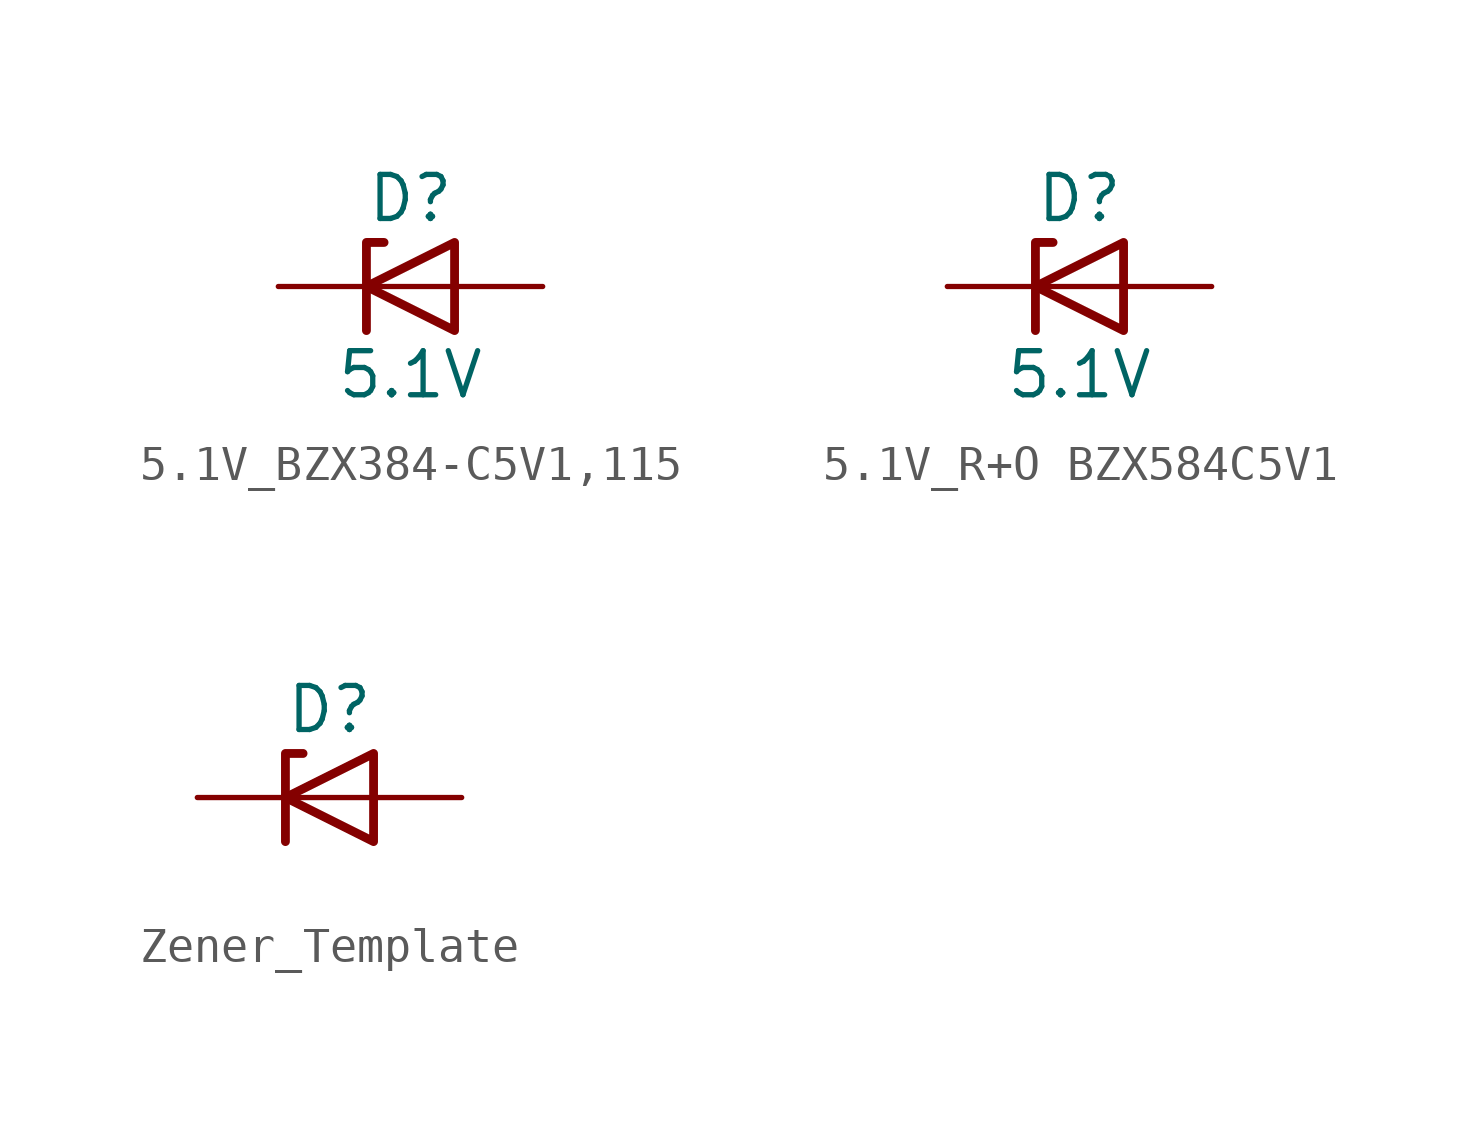
<source format=kicad_sym>
(kicad_symbol_lib
  (version 20241209)
  (generator "kicad_symbol_editor")
  (generator_version "9.0")
  (symbol "5.1V_BZX384-C5V1,115"
    (pin_numbers
      (hide yes))
    (pin_names
      (offset 1.016)
      (hide yes))
    (property "Reference" "D"
      (at 0 2.54 0)
      (effects (font (size 1.27 1.27))))
    (property "Value" "5.1V"
      (at 0 -2.54 0)
      (effects (font (size 1.27 1.27))))
    (symbol "5.1V_BZX384-C5V1,115_0_1"
      (polyline (pts (xy -1.27 -1.27) (xy -1.27 1.27) (xy -0.762 1.27)) (stroke (width 0.254) (type default)) (fill (type none)))
      (polyline (pts (xy 1.27 0) (xy -1.27 0)) (stroke (width 0) (type default)) (fill (type none)))
      (polyline (pts (xy 1.27 -1.27) (xy 1.27 1.27) (xy -1.27 0) (xy 1.27 -1.27)) (stroke (width 0.254) (type default)) (fill (type none))))
    (symbol "5.1V_BZX384-C5V1,115_1_1"
      (pin passive line (at -3.81 0 0) (length 2.54) (name "K" (effects (font (size 1.27 1.27)))) (number "1" (effects (font (size 1.27 1.27)))))
      (pin passive line (at 3.81 0 180) (length 2.54) (name "A" (effects (font (size 1.27 1.27)))) (number "2" (effects (font (size 1.27 1.27)))))))
  (symbol "5.1V_R+O BZX584C5V1"
    (pin_numbers
      (hide yes))
    (pin_names
      (offset 1.016)
      (hide yes))
    (property "Reference" "D"
      (at 0 2.54 0)
      (effects (font (size 1.27 1.27))))
    (property "Value" "5.1V"
      (at 0 -2.54 0)
      (effects (font (size 1.27 1.27))))
    (symbol "5.1V_R+O BZX584C5V1_0_1"
      (polyline (pts (xy -1.27 -1.27) (xy -1.27 1.27) (xy -0.762 1.27)) (stroke (width 0.254) (type default)) (fill (type none)))
      (polyline (pts (xy 1.27 0) (xy -1.27 0)) (stroke (width 0) (type default)) (fill (type none)))
      (polyline (pts (xy 1.27 -1.27) (xy 1.27 1.27) (xy -1.27 0) (xy 1.27 -1.27)) (stroke (width 0.254) (type default)) (fill (type none))))
    (symbol "5.1V_R+O BZX584C5V1_1_1"
      (pin passive line (at -3.81 0 0) (length 2.54) (name "K" (effects (font (size 1.27 1.27)))) (number "1" (effects (font (size 1.27 1.27)))))
      (pin passive line (at 3.81 0 180) (length 2.54) (name "A" (effects (font (size 1.27 1.27)))) (number "2" (effects (font (size 1.27 1.27)))))))
  (symbol "Zener_Template"
    (pin_numbers
      (hide yes))
    (pin_names
      (offset 1.016)
      (hide yes))
    (property "Reference" "D"
      (at 0 2.54 0)
      (effects (font (size 1.27 1.27))))
    (property "Value" ""
      (at 0 -2.54 0)
      (effects (font (size 1.27 1.27))))
    (symbol "Zener_Template_0_1"
      (polyline (pts (xy -1.27 -1.27) (xy -1.27 1.27) (xy -0.762 1.27)) (stroke (width 0.254) (type default)) (fill (type none)))
      (polyline (pts (xy 1.27 0) (xy -1.27 0)) (stroke (width 0) (type default)) (fill (type none)))
      (polyline (pts (xy 1.27 -1.27) (xy 1.27 1.27) (xy -1.27 0) (xy 1.27 -1.27)) (stroke (width 0.254) (type default)) (fill (type none))))
    (symbol "Zener_Template_1_1"
      (pin passive line (at -3.81 0 0) (length 2.54) (name "K" (effects (font (size 1.27 1.27)))) (number "1" (effects (font (size 1.27 1.27)))))
      (pin passive line (at 3.81 0 180) (length 2.54) (name "A" (effects (font (size 1.27 1.27)))) (number "2" (effects (font (size 1.27 1.27))))))))
</source>
